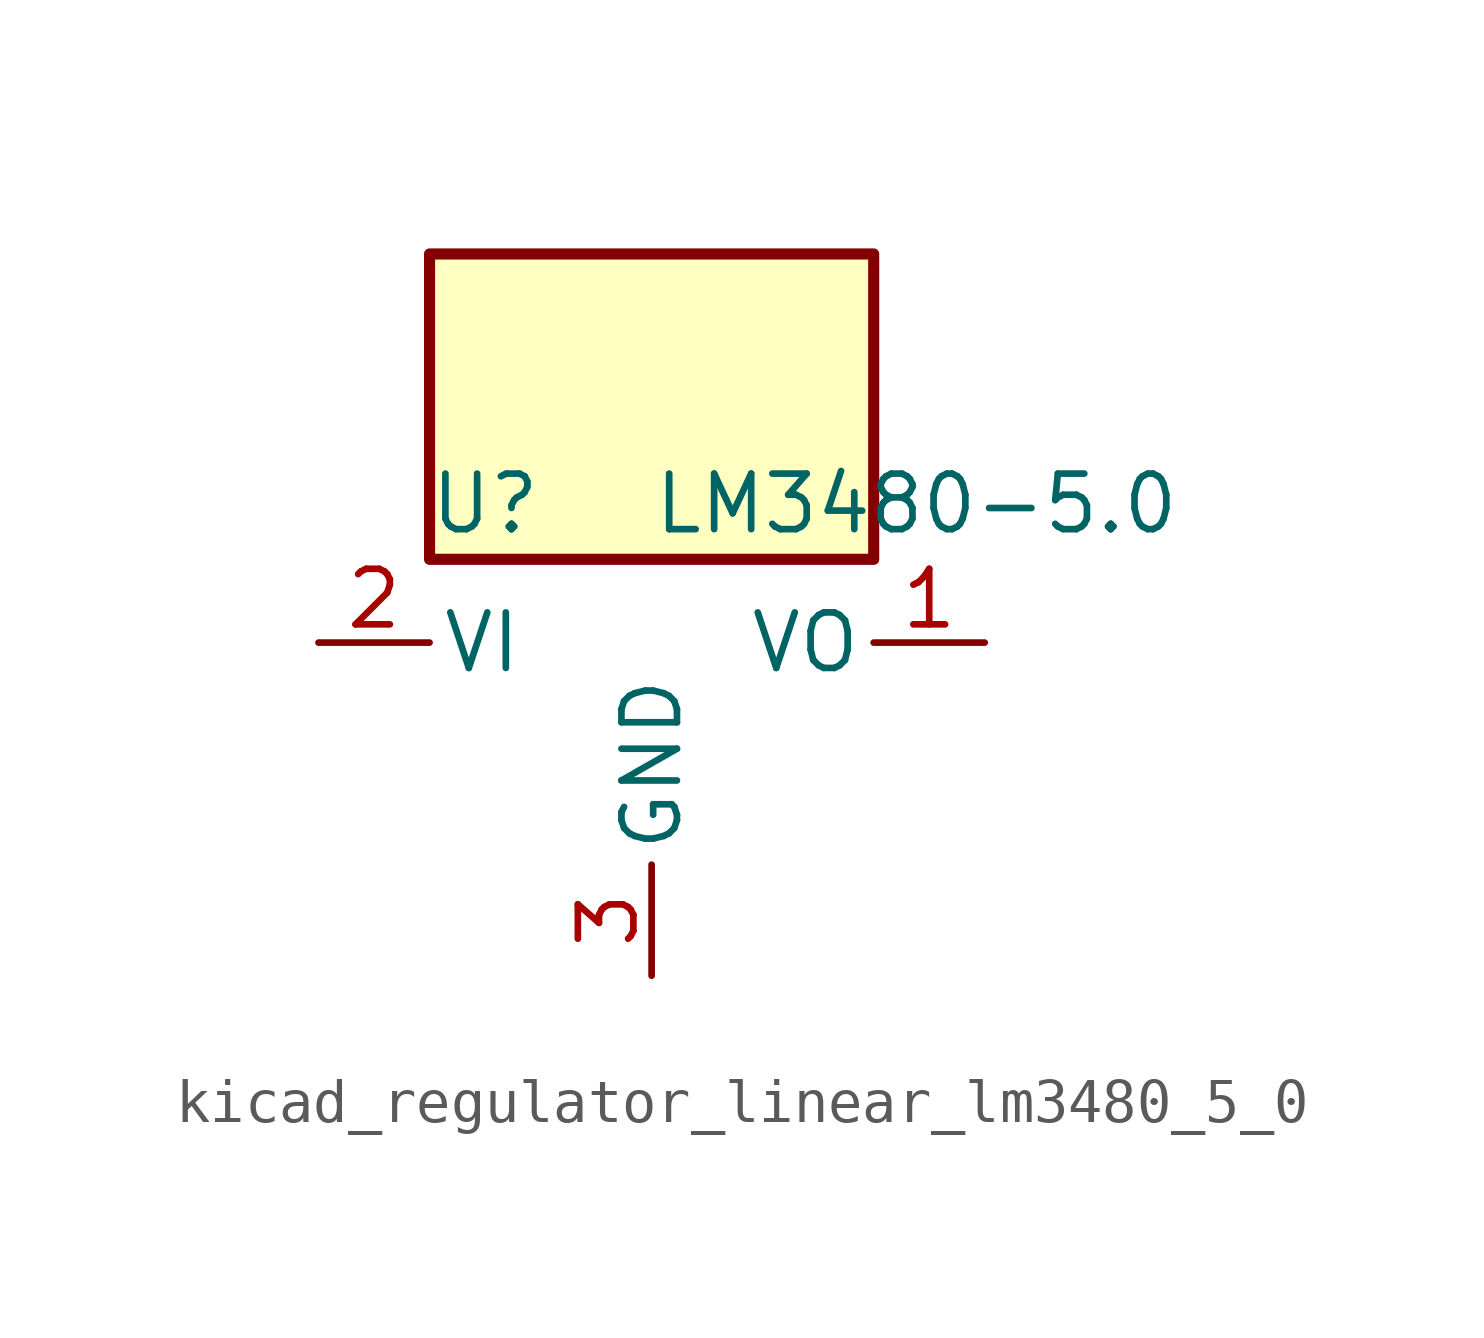
<source format=kicad_sym>
(kicad_symbol_lib
  (version 20220914)
  (generator kicad_symbol_editor)
  (symbol "kicad_regulator_linear_lm3480_5_0"
    (pin_names
      (offset 0.254))
    (property "Reference" "U"
      (at -3.81 3.175 0)
      (effects (font (size 1.27 1.27))))
    (property "Value" "LM3480-5.0"
      (at 0 3.175 0)
      (effects (font (size 1.27 1.27)) (justify left)))
    (symbol "kicad_regulator_linear_lm3480_5_0_0_1"
      (rectangle (start 5.08 8.89) (end -5.08 1.905) (stroke (width 0.254) (type default)) (fill (type background))))
    (symbol "kicad_regulator_linear_lm3480_5_0_1_1"
      (pin power_out line (at 7.62 0 180) (length 2.54) (name "VO" (effects (font (size 1.27 1.27)))) (number "1" (effects (font (size 1.27 1.27)))))
      (pin power_in line (at -7.62 0 0) (length 2.54) (name "VI" (effects (font (size 1.27 1.27)))) (number "2" (effects (font (size 1.27 1.27)))))
      (pin power_in line (at 0 -7.62 90) (length 2.54) (name "GND" (effects (font (size 1.27 1.27)))) (number "3" (effects (font (size 1.27 1.27))))))))
</source>
